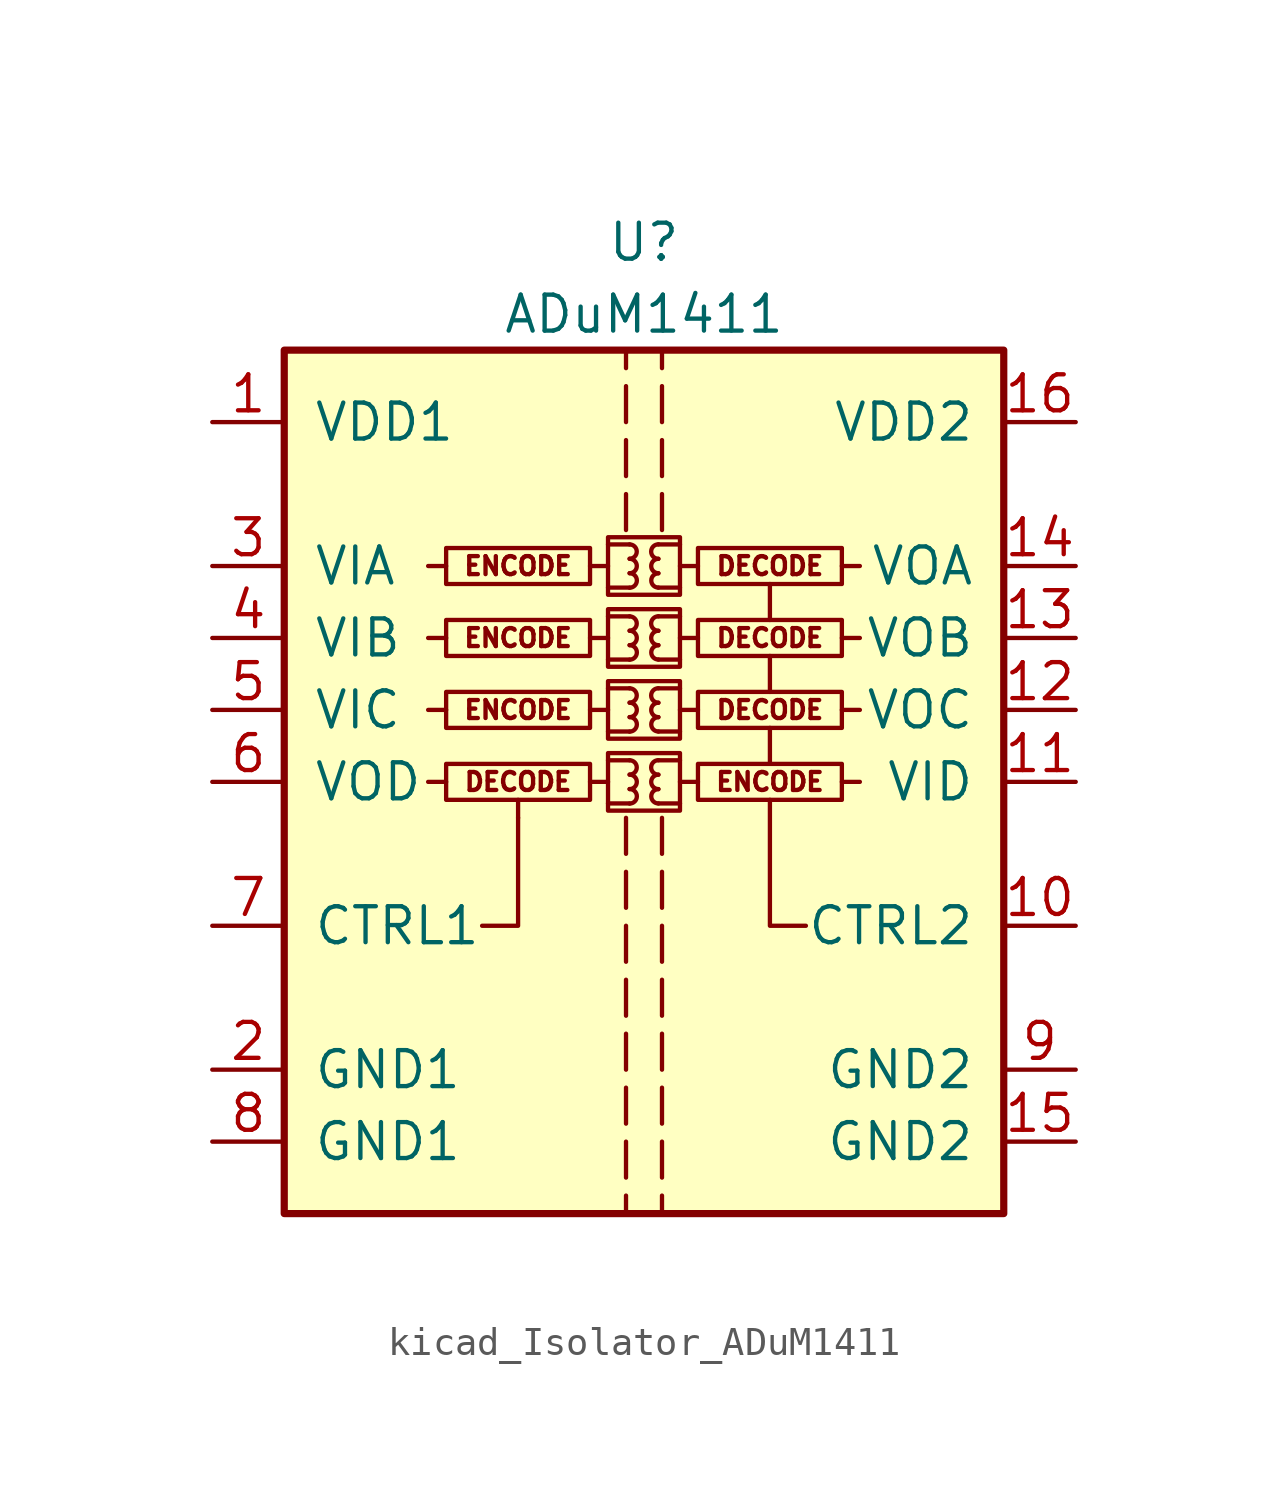
<source format=kicad_sym>
(kicad_symbol_lib
  (version 20220914)
  (generator kicad_symbol_editor)
  (symbol "kicad_Isolator_ADuM1411"
    (pin_names
      (offset 1.016))
    (property "Reference" "U"
      (at 0 19.05 0)
      (effects (font (size 1.27 1.27))))
    (property "Value" "ADuM1411"
      (at 0 16.51 0)
      (effects (font (size 1.27 1.27))))
    (symbol "kicad_Isolator_ADuM1411_0_0"
      (rectangle (start -1.905 0.635) (end -6.985 -0.635) (stroke (width 0) (type default)) (fill (type none)))
      (rectangle (start -1.27 1.016) (end 1.27 -1.016) (stroke (width 0) (type default)) (fill (type none)))
      (rectangle (start -1.27 3.556) (end 1.27 1.524) (stroke (width 0) (type default)) (fill (type none)))
      (rectangle (start -1.27 6.096) (end 1.27 4.064) (stroke (width 0) (type default)) (fill (type none)))
      (rectangle (start -1.27 8.636) (end 1.27 6.604) (stroke (width 0) (type default)) (fill (type none)))
      (arc (start -0.508 -0.762) (mid -0.2551 -0.508) (end -0.508 -0.254) (stroke (width 0) (type default)) (fill (type none)))
      (arc (start -0.508 -0.254) (mid -0.2551 0) (end -0.508 0.254) (stroke (width 0) (type default)) (fill (type none)))
      (arc (start -0.508 0.254) (mid -0.2551 0.508) (end -0.508 0.762) (stroke (width 0) (type default)) (fill (type none)))
      (arc (start -0.508 1.778) (mid -0.2551 2.032) (end -0.508 2.286) (stroke (width 0) (type default)) (fill (type none)))
      (arc (start -0.508 2.286) (mid -0.2551 2.54) (end -0.508 2.794) (stroke (width 0) (type default)) (fill (type none)))
      (arc (start -0.508 2.794) (mid -0.2551 3.048) (end -0.508 3.302) (stroke (width 0) (type default)) (fill (type none)))
      (arc (start -0.508 4.318) (mid -0.2551 4.572) (end -0.508 4.826) (stroke (width 0) (type default)) (fill (type none)))
      (arc (start -0.508 4.826) (mid -0.2551 5.08) (end -0.508 5.334) (stroke (width 0) (type default)) (fill (type none)))
      (arc (start -0.508 5.334) (mid -0.2551 5.588) (end -0.508 5.842) (stroke (width 0) (type default)) (fill (type none)))
      (arc (start -0.508 6.858) (mid -0.2551 7.112) (end -0.508 7.366) (stroke (width 0) (type default)) (fill (type none)))
      (arc (start -0.508 7.366) (mid -0.2551 7.62) (end -0.508 7.874) (stroke (width 0) (type default)) (fill (type none)))
      (arc (start -0.508 7.874) (mid -0.2551 8.128) (end -0.508 8.382) (stroke (width 0) (type default)) (fill (type none)))
      (polyline (pts (xy -6.985 0) (xy -7.62 0)) (stroke (width 0) (type default)) (fill (type none)))
      (polyline (pts (xy -6.985 2.54) (xy -7.62 2.54)) (stroke (width 0) (type default)) (fill (type none)))
      (polyline (pts (xy -6.985 5.08) (xy -7.62 5.08)) (stroke (width 0) (type default)) (fill (type none)))
      (polyline (pts (xy -6.985 7.62) (xy -7.62 7.62)) (stroke (width 0) (type default)) (fill (type none)))
      (polyline (pts (xy -4.445 -1.27) (xy -4.445 -0.635)) (stroke (width 0) (type default)) (fill (type none)))
      (polyline (pts (xy -1.905 0) (xy -1.27 0)) (stroke (width 0) (type default)) (fill (type none)))
      (polyline (pts (xy -1.905 2.54) (xy -1.27 2.54)) (stroke (width 0) (type default)) (fill (type none)))
      (polyline (pts (xy -1.905 5.08) (xy -1.27 5.08)) (stroke (width 0) (type default)) (fill (type none)))
      (polyline (pts (xy -1.905 7.62) (xy -1.27 7.62)) (stroke (width 0) (type default)) (fill (type none)))
      (polyline (pts (xy -1.27 -0.762) (xy -0.508 -0.762)) (stroke (width 0) (type default)) (fill (type none)))
      (polyline (pts (xy -1.27 0.762) (xy -0.508 0.762)) (stroke (width 0) (type default)) (fill (type none)))
      (polyline (pts (xy -1.27 1.778) (xy -0.508 1.778)) (stroke (width 0) (type default)) (fill (type none)))
      (polyline (pts (xy -1.27 3.302) (xy -0.508 3.302)) (stroke (width 0) (type default)) (fill (type none)))
      (polyline (pts (xy -1.27 4.318) (xy -0.508 4.318)) (stroke (width 0) (type default)) (fill (type none)))
      (polyline (pts (xy -1.27 5.842) (xy -0.508 5.842)) (stroke (width 0) (type default)) (fill (type none)))
      (polyline (pts (xy -1.27 6.858) (xy -0.508 6.858)) (stroke (width 0) (type default)) (fill (type none)))
      (polyline (pts (xy -1.27 8.382) (xy -0.508 8.382)) (stroke (width 0) (type default)) (fill (type none)))
      (polyline (pts (xy -0.635 -10.795) (xy -0.635 -12.065)) (stroke (width 0) (type default)) (fill (type none)))
      (polyline (pts (xy -0.635 -8.89) (xy -0.635 -10.16)) (stroke (width 0) (type default)) (fill (type none)))
      (polyline (pts (xy -0.635 -6.985) (xy -0.635 -8.255)) (stroke (width 0) (type default)) (fill (type none)))
      (polyline (pts (xy -0.635 -5.08) (xy -0.635 -6.35)) (stroke (width 0) (type default)) (fill (type none)))
      (polyline (pts (xy -0.635 -3.175) (xy -0.635 -4.445)) (stroke (width 0) (type default)) (fill (type none)))
      (polyline (pts (xy -0.635 -1.27) (xy -0.635 -2.54)) (stroke (width 0) (type default)) (fill (type none)))
      (polyline (pts (xy -0.635 8.89) (xy -0.635 10.16)) (stroke (width 0) (type default)) (fill (type none)))
      (polyline (pts (xy -0.635 10.795) (xy -0.635 12.065)) (stroke (width 0) (type default)) (fill (type none)))
      (polyline (pts (xy -0.635 12.7) (xy -0.635 13.97)) (stroke (width 0) (type default)) (fill (type none)))
      (polyline (pts (xy -0.635 15.24) (xy -0.635 14.605)) (stroke (width 0) (type default)) (fill (type none)))
      (polyline (pts (xy 0.635 -10.795) (xy 0.635 -12.065)) (stroke (width 0) (type default)) (fill (type none)))
      (polyline (pts (xy 0.635 -8.89) (xy 0.635 -10.16)) (stroke (width 0) (type default)) (fill (type none)))
      (polyline (pts (xy 0.635 -6.985) (xy 0.635 -8.255)) (stroke (width 0) (type default)) (fill (type none)))
      (polyline (pts (xy 0.635 -5.08) (xy 0.635 -6.35)) (stroke (width 0) (type default)) (fill (type none)))
      (polyline (pts (xy 0.635 -3.175) (xy 0.635 -4.445)) (stroke (width 0) (type default)) (fill (type none)))
      (polyline (pts (xy 0.635 -1.27) (xy 0.635 -2.54)) (stroke (width 0) (type default)) (fill (type none)))
      (polyline (pts (xy 0.635 8.89) (xy 0.635 10.16)) (stroke (width 0) (type default)) (fill (type none)))
      (polyline (pts (xy 0.635 12.065) (xy 0.635 10.795)) (stroke (width 0) (type default)) (fill (type none)))
      (polyline (pts (xy 0.635 13.97) (xy 0.635 12.7)) (stroke (width 0) (type default)) (fill (type none)))
      (polyline (pts (xy 0.635 14.605) (xy 0.635 15.24)) (stroke (width 0) (type default)) (fill (type none)))
      (polyline (pts (xy 1.27 -0.762) (xy 0.508 -0.762)) (stroke (width 0) (type default)) (fill (type none)))
      (polyline (pts (xy 1.27 0.762) (xy 0.508 0.762)) (stroke (width 0) (type default)) (fill (type none)))
      (polyline (pts (xy 1.27 1.778) (xy 0.508 1.778)) (stroke (width 0) (type default)) (fill (type none)))
      (polyline (pts (xy 1.27 3.302) (xy 0.508 3.302)) (stroke (width 0) (type default)) (fill (type none)))
      (polyline (pts (xy 1.27 4.318) (xy 0.508 4.318)) (stroke (width 0) (type default)) (fill (type none)))
      (polyline (pts (xy 1.27 5.842) (xy 0.508 5.842)) (stroke (width 0) (type default)) (fill (type none)))
      (polyline (pts (xy 1.27 6.858) (xy 0.508 6.858)) (stroke (width 0) (type default)) (fill (type none)))
      (polyline (pts (xy 1.27 8.382) (xy 0.508 8.382)) (stroke (width 0) (type default)) (fill (type none)))
      (polyline (pts (xy 1.905 0) (xy 1.27 0)) (stroke (width 0) (type default)) (fill (type none)))
      (polyline (pts (xy 1.905 2.54) (xy 1.27 2.54)) (stroke (width 0) (type default)) (fill (type none)))
      (polyline (pts (xy 1.905 5.08) (xy 1.27 5.08)) (stroke (width 0) (type default)) (fill (type none)))
      (polyline (pts (xy 1.905 7.62) (xy 1.27 7.62)) (stroke (width 0) (type default)) (fill (type none)))
      (polyline (pts (xy 4.445 0.635) (xy 4.445 1.905)) (stroke (width 0) (type default)) (fill (type none)))
      (polyline (pts (xy 4.445 3.175) (xy 4.445 4.445)) (stroke (width 0) (type default)) (fill (type none)))
      (polyline (pts (xy 4.445 5.715) (xy 4.445 6.985)) (stroke (width 0) (type default)) (fill (type none)))
      (polyline (pts (xy 6.985 0) (xy 7.62 0)) (stroke (width 0) (type default)) (fill (type none)))
      (polyline (pts (xy 6.985 2.54) (xy 7.62 2.54)) (stroke (width 0) (type default)) (fill (type none)))
      (polyline (pts (xy 6.985 5.08) (xy 7.62 5.08)) (stroke (width 0) (type default)) (fill (type none)))
      (polyline (pts (xy 6.985 7.62) (xy 7.62 7.62)) (stroke (width 0) (type default)) (fill (type none)))
      (polyline (pts (xy -4.445 -1.27) (xy -4.445 -5.08) (xy -5.715 -5.08)) (stroke (width 0) (type default)) (fill (type none)))
      (polyline (pts (xy 5.715 -5.08) (xy 4.445 -5.08) (xy 4.445 -0.635)) (stroke (width 0) (type default)) (fill (type none)))
      (arc (start 0.508 -0.254) (mid 0.2551 -0.508) (end 0.508 -0.762) (stroke (width 0) (type default)) (fill (type none)))
      (arc (start 0.508 0.254) (mid 0.2551 0) (end 0.508 -0.254) (stroke (width 0) (type default)) (fill (type none)))
      (arc (start 0.508 0.762) (mid 0.2551 0.508) (end 0.508 0.254) (stroke (width 0) (type default)) (fill (type none)))
      (arc (start 0.508 2.286) (mid 0.2551 2.032) (end 0.508 1.778) (stroke (width 0) (type default)) (fill (type none)))
      (arc (start 0.508 2.794) (mid 0.2551 2.54) (end 0.508 2.286) (stroke (width 0) (type default)) (fill (type none)))
      (arc (start 0.508 3.302) (mid 0.2551 3.048) (end 0.508 2.794) (stroke (width 0) (type default)) (fill (type none)))
      (arc (start 0.508 4.826) (mid 0.2551 4.572) (end 0.508 4.318) (stroke (width 0) (type default)) (fill (type none)))
      (arc (start 0.508 5.334) (mid 0.2551 5.08) (end 0.508 4.826) (stroke (width 0) (type default)) (fill (type none)))
      (arc (start 0.508 5.842) (mid 0.2551 5.588) (end 0.508 5.334) (stroke (width 0) (type default)) (fill (type none)))
      (arc (start 0.508 7.366) (mid 0.2551 7.112) (end 0.508 6.858) (stroke (width 0) (type default)) (fill (type none)))
      (arc (start 0.508 7.874) (mid 0.2551 7.62) (end 0.508 7.366) (stroke (width 0) (type default)) (fill (type none)))
      (arc (start 0.508 8.382) (mid 0.2551 8.128) (end 0.508 7.874) (stroke (width 0) (type default)) (fill (type none)))
      (rectangle (start 1.905 0.635) (end 6.985 -0.635) (stroke (width 0) (type default)) (fill (type none)))
      (rectangle (start 1.905 3.175) (end 6.985 1.905) (stroke (width 0) (type default)) (fill (type none)))
      (rectangle (start 1.905 5.715) (end 6.985 4.445) (stroke (width 0) (type default)) (fill (type none)))
      (rectangle (start 1.905 8.255) (end 6.985 6.985) (stroke (width 0) (type default)) (fill (type none)))
      (text "DECODE" (at -4.445 0 0) (effects (font (size 0.635 0.635))))
      (text "DECODE" (at 4.445 2.54 0) (effects (font (size 0.635 0.635))))
      (text "DECODE" (at 4.445 5.08 0) (effects (font (size 0.635 0.635))))
      (text "DECODE" (at 4.445 7.62 0) (effects (font (size 0.635 0.635))))
      (text "ENCODE" (at -4.445 2.54 0) (effects (font (size 0.635 0.635))))
      (text "ENCODE" (at -4.445 5.08 0) (effects (font (size 0.635 0.635))))
      (text "ENCODE" (at -4.445 7.62 0) (effects (font (size 0.635 0.635))))
      (text "ENCODE" (at 4.445 0 0) (effects (font (size 0.635 0.635)))))
    (symbol "kicad_Isolator_ADuM1411_0_1"
      (rectangle (start -12.7 15.24) (end 12.7 -15.24) (stroke (width 0.254) (type default)) (fill (type background)))
      (rectangle (start -1.905 3.175) (end -6.985 1.905) (stroke (width 0) (type default)) (fill (type none)))
      (rectangle (start -1.905 5.715) (end -6.985 4.445) (stroke (width 0) (type default)) (fill (type none)))
      (rectangle (start -1.905 8.255) (end -6.985 6.985) (stroke (width 0) (type default)) (fill (type none)))
      (polyline (pts (xy -0.635 -14.605) (xy -0.635 -15.24)) (stroke (width 0) (type default)) (fill (type none)))
      (polyline (pts (xy -0.635 -12.7) (xy -0.635 -13.97)) (stroke (width 0) (type default)) (fill (type none)))
      (polyline (pts (xy 0.635 -14.605) (xy 0.635 -15.24)) (stroke (width 0) (type default)) (fill (type none)))
      (polyline (pts (xy 0.635 -12.7) (xy 0.635 -13.97)) (stroke (width 0) (type default)) (fill (type none))))
    (symbol "kicad_Isolator_ADuM1411_1_1"
      (pin power_in line (at -15.24 12.7 0) (length 2.54) (name "VDD1" (effects (font (size 1.27 1.27)))) (number "1" (effects (font (size 1.27 1.27)))))
      (pin input line (at 15.24 -5.08 180) (length 2.54) (name "CTRL2" (effects (font (size 1.27 1.27)))) (number "10" (effects (font (size 1.27 1.27)))))
      (pin input line (at 15.24 0 180) (length 2.54) (name "VID" (effects (font (size 1.27 1.27)))) (number "11" (effects (font (size 1.27 1.27)))))
      (pin output line (at 15.24 2.54 180) (length 2.54) (name "VOC" (effects (font (size 1.27 1.27)))) (number "12" (effects (font (size 1.27 1.27)))))
      (pin output line (at 15.24 5.08 180) (length 2.54) (name "VOB" (effects (font (size 1.27 1.27)))) (number "13" (effects (font (size 1.27 1.27)))))
      (pin output line (at 15.24 7.62 180) (length 2.54) (name "VOA" (effects (font (size 1.27 1.27)))) (number "14" (effects (font (size 1.27 1.27)))))
      (pin power_in line (at 15.24 -12.7 180) (length 2.54) (name "GND2" (effects (font (size 1.27 1.27)))) (number "15" (effects (font (size 1.27 1.27)))))
      (pin power_in line (at 15.24 12.7 180) (length 2.54) (name "VDD2" (effects (font (size 1.27 1.27)))) (number "16" (effects (font (size 1.27 1.27)))))
      (pin power_in line (at -15.24 -10.16 0) (length 2.54) (name "GND1" (effects (font (size 1.27 1.27)))) (number "2" (effects (font (size 1.27 1.27)))))
      (pin input line (at -15.24 7.62 0) (length 2.54) (name "VIA" (effects (font (size 1.27 1.27)))) (number "3" (effects (font (size 1.27 1.27)))))
      (pin input line (at -15.24 5.08 0) (length 2.54) (name "VIB" (effects (font (size 1.27 1.27)))) (number "4" (effects (font (size 1.27 1.27)))))
      (pin input line (at -15.24 2.54 0) (length 2.54) (name "VIC" (effects (font (size 1.27 1.27)))) (number "5" (effects (font (size 1.27 1.27)))))
      (pin output line (at -15.24 0 0) (length 2.54) (name "VOD" (effects (font (size 1.27 1.27)))) (number "6" (effects (font (size 1.27 1.27)))))
      (pin input line (at -15.24 -5.08 0) (length 2.54) (name "CTRL1" (effects (font (size 1.27 1.27)))) (number "7" (effects (font (size 1.27 1.27)))))
      (pin power_in line (at -15.24 -12.7 0) (length 2.54) (name "GND1" (effects (font (size 1.27 1.27)))) (number "8" (effects (font (size 1.27 1.27)))))
      (pin power_in line (at 15.24 -10.16 180) (length 2.54) (name "GND2" (effects (font (size 1.27 1.27)))) (number "9" (effects (font (size 1.27 1.27))))))))
</source>
